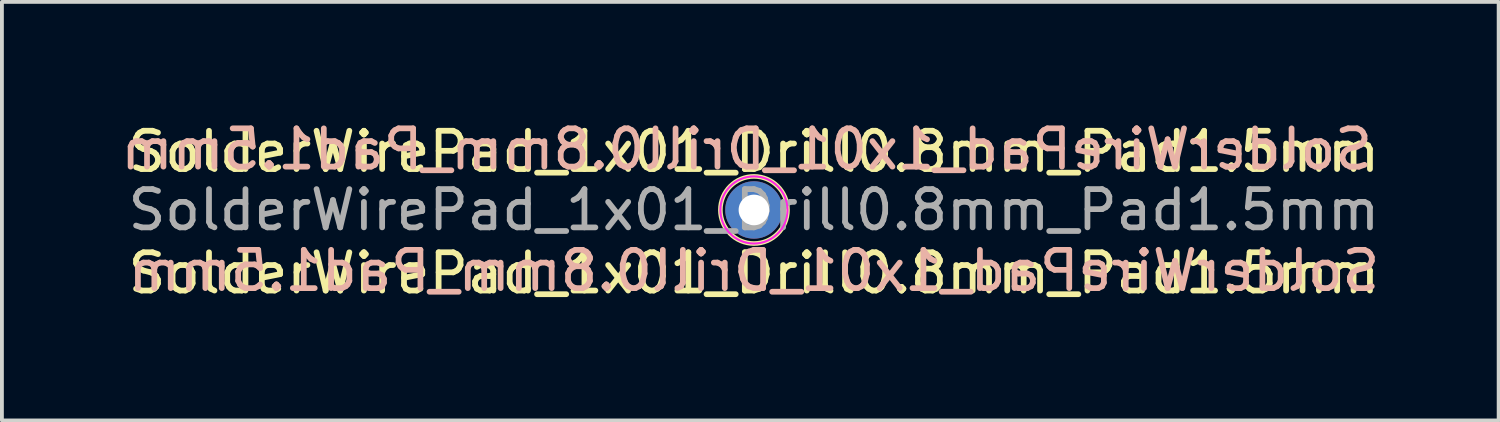
<source format=kicad_pcb>
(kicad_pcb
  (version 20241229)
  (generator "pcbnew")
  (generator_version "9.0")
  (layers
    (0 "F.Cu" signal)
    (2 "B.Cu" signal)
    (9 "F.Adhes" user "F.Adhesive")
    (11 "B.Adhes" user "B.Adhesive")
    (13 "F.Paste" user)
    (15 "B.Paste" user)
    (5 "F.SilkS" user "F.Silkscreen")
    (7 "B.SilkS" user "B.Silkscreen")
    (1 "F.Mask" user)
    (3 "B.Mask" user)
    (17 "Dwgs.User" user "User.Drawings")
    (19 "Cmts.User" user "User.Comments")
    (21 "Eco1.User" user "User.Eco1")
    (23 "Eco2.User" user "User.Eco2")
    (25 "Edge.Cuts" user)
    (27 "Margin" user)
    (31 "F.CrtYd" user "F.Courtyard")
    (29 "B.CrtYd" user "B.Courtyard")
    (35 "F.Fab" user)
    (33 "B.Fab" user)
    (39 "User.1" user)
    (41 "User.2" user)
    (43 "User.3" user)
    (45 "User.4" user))
  (footprint "SolderWirePad_1x01_Drill0.8mm_Pad1.5mm"
    (layer "F.Cu")
    (at 16.649 2.436)
    (property "Reference" "SolderWirePad_1x01_Drill0.8mm_Pad1.5mm" (at 0 -1.524 0) (layer "F.SilkS") (effects (font (size 1 1) (thickness 0.15))))
    (property "Value" "SolderWirePad_1x01_Drill0.8mm_Pad1.5mm" (at 0 2.54 0) (layer "F.Fab") (hide yes) (effects (font (size 1 1) (thickness 0.15))))
    (attr exclude_from_pos_files exclude_from_bom)
    (fp_circle (center 0 0) (end 0.877 0) (stroke (width 0.12) (type solid)) (fill no) (layer "F.SilkS"))
    (fp_circle (center 0 0) (end 0.877 0) (stroke (width 0.05) (type solid)) (fill no) (layer "B.SilkS"))
    (fp_circle (center 0 0) (end 0.877 0) (stroke (width 0.05) (type solid)) (fill no) (layer "F.CrtYd"))
    (fp_text user "${VALUE}" (at 0 1.651 0) (layer "F.SilkS") (effects (font (size 1 1) (thickness 0.15))))
    (fp_text user "${REFERENCE}" (at -0.191 -1.587 0) (layer "B.SilkS") (effects (font (size 1 1) (thickness 0.15)) (justify mirror)))
    (fp_text user "${VALUE}" (at 0 1.587 0) (layer "B.SilkS") (effects (font (size 1 1) (thickness 0.15)) (justify mirror)))
    (fp_text user "${REFERENCE}" (at 0 0 0) (layer "F.Fab") (effects (font (size 1 1) (thickness 0.15))))
    (pad "1" thru_hole circle (at 0 0) (size 1.5 1.5) (drill 0.8) (layers "*.Cu" "*.Mask")))
  (gr_rect
    (start -3 -3)
    (end 36.107 7.935)
    (stroke (width 0.1) (type default))
    (fill no)
    (layer "Edge.Cuts")))
</source>
